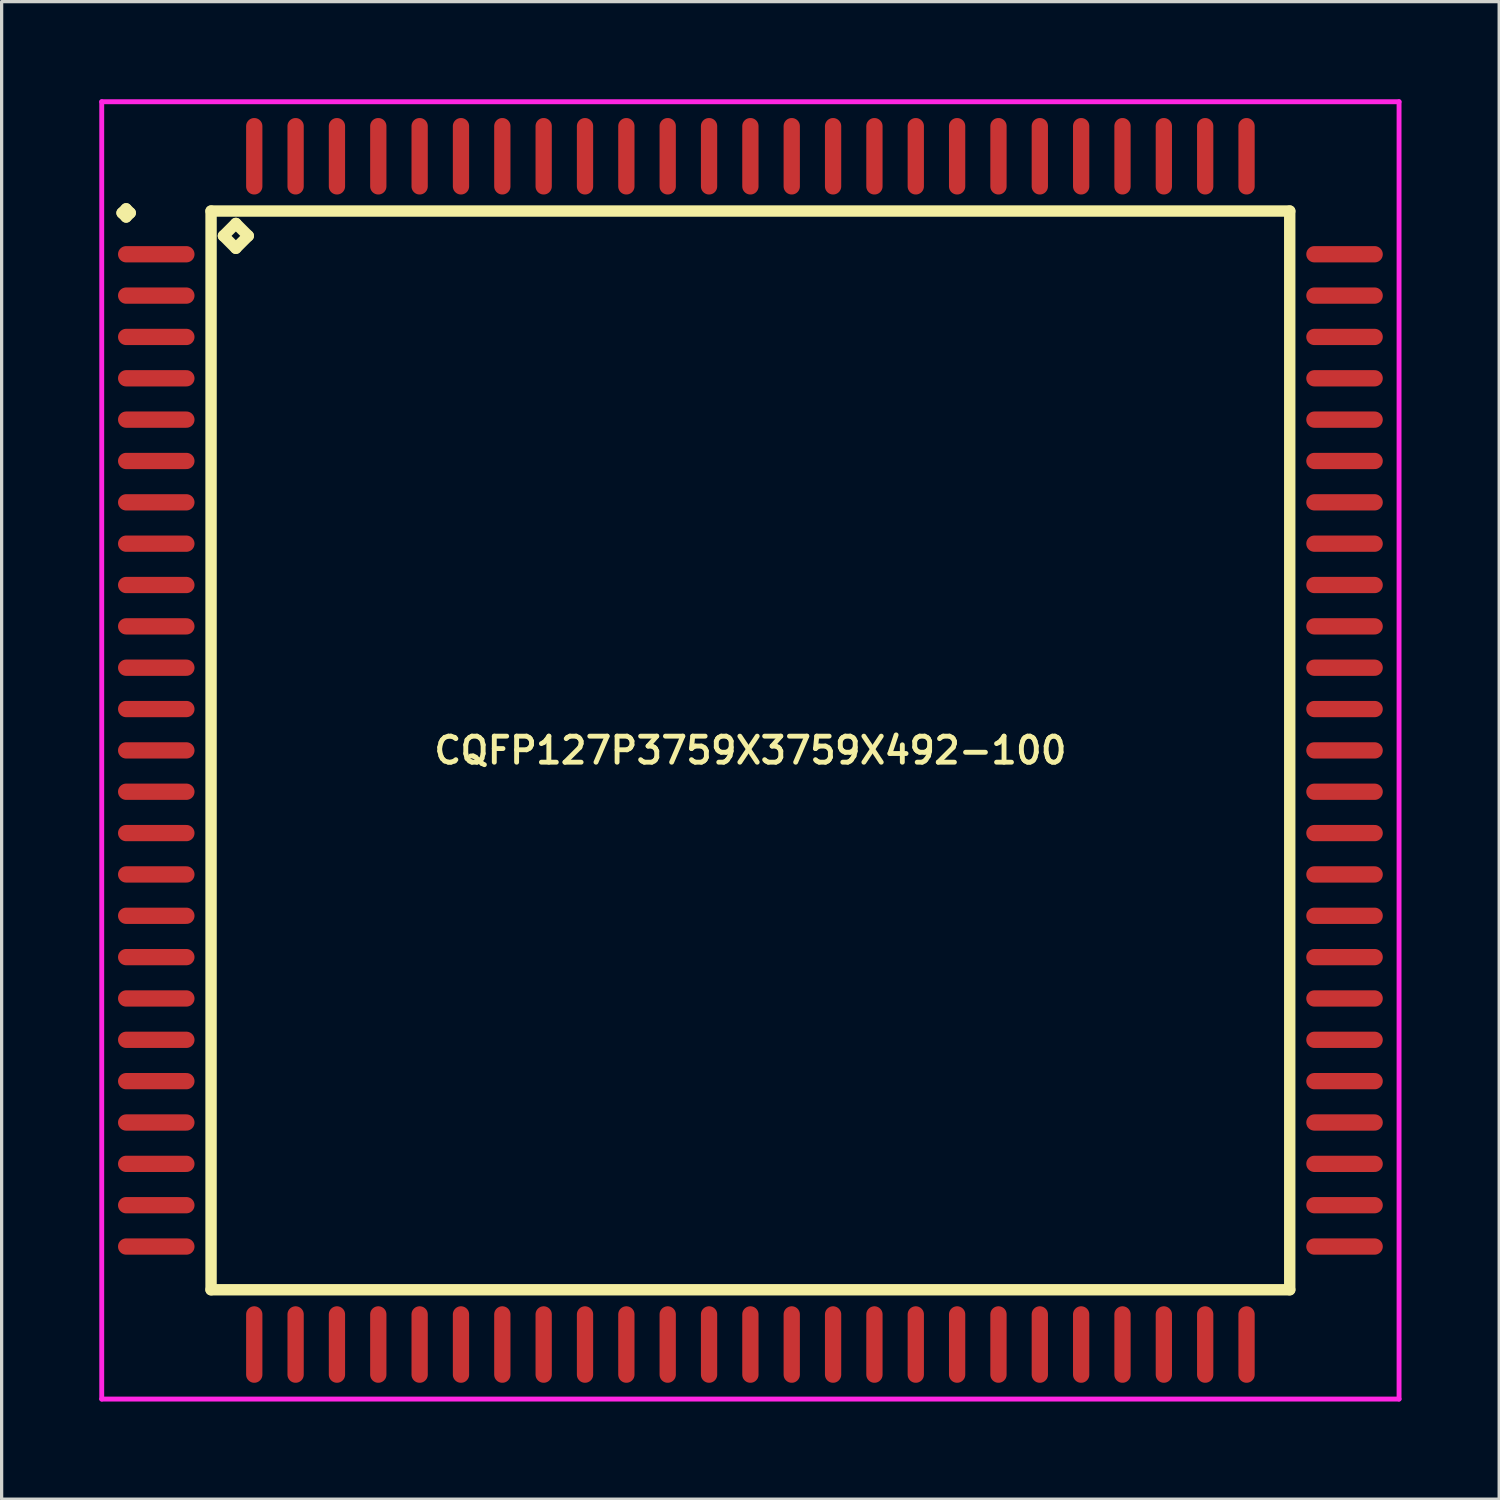
<source format=kicad_pcb>
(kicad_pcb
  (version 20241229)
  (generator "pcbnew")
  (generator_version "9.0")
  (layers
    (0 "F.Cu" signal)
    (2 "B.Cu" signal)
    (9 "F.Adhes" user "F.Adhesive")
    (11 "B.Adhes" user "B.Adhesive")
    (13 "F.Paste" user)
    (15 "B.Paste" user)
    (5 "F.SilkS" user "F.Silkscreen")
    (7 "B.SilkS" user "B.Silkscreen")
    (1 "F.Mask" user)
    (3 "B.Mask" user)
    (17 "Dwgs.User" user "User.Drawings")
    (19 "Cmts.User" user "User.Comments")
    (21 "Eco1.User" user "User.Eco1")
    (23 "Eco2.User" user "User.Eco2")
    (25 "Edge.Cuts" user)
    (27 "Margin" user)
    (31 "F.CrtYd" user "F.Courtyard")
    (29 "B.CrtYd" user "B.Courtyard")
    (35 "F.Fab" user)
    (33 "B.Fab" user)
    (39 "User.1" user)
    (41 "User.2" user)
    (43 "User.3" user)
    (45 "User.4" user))
  (footprint "CQFP127P3759X3759X492-100"
    (layer "F.Cu")
    (at 20 20)
    (property "Reference" "CQFP127P3759X3759X492-100" (at 0 0 0) (layer "F.SilkS") (effects (font (size 0.8 0.8) (thickness 0.15))))
    (attr smd)
    (fp_line (start -19.3 -16.51) (end -19.175 -16.635) (stroke (width 0.35) (type solid)) (layer "F.SilkS"))
    (fp_line (start -19.175 -16.635) (end -19.05 -16.51) (stroke (width 0.35) (type solid)) (layer "F.SilkS"))
    (fp_line (start -19.175 -16.385) (end -19.3 -16.51) (stroke (width 0.35) (type solid)) (layer "F.SilkS"))
    (fp_line (start -19.05 -16.51) (end -19.175 -16.385) (stroke (width 0.35) (type solid)) (layer "F.SilkS"))
    (fp_line (start -16.567 -16.567) (end -16.567 16.567) (stroke (width 0.35) (type solid)) (layer "F.SilkS"))
    (fp_line (start -16.567 16.567) (end 16.567 16.567) (stroke (width 0.35) (type solid)) (layer "F.SilkS"))
    (fp_line (start -16.186 -15.805) (end -15.805 -16.186) (stroke (width 0.35) (type solid)) (layer "F.SilkS"))
    (fp_line (start -15.805 -16.186) (end -15.424 -15.805) (stroke (width 0.35) (type solid)) (layer "F.SilkS"))
    (fp_line (start -15.805 -15.424) (end -16.186 -15.805) (stroke (width 0.35) (type solid)) (layer "F.SilkS"))
    (fp_line (start -15.424 -15.805) (end -15.805 -15.424) (stroke (width 0.35) (type solid)) (layer "F.SilkS"))
    (fp_line (start 16.567 -16.567) (end -16.567 -16.567) (stroke (width 0.35) (type solid)) (layer "F.SilkS"))
    (fp_line (start 16.567 16.567) (end 16.567 -16.567) (stroke (width 0.35) (type solid)) (layer "F.SilkS"))
    (fp_line (start -19.925 -19.925) (end 19.925 -19.925) (stroke (width 0.15) (type solid)) (layer "F.CrtYd"))
    (fp_line (start -19.925 19.925) (end -19.925 -19.925) (stroke (width 0.15) (type solid)) (layer "F.CrtYd"))
    (fp_line (start 19.925 -19.925) (end 19.925 19.925) (stroke (width 0.15) (type solid)) (layer "F.CrtYd"))
    (fp_line (start 19.925 19.925) (end -19.925 19.925) (stroke (width 0.15) (type solid)) (layer "F.CrtYd"))
    (pad "1" smd oval (at -18.25 -15.24) (size 2.35 0.5) (layers "F.Cu" "F.Mask" "F.Paste"))
    (pad "2" smd oval (at -18.25 -13.97) (size 2.35 0.5) (layers "F.Cu" "F.Mask" "F.Paste"))
    (pad "3" smd oval (at -18.25 -12.7) (size 2.35 0.5) (layers "F.Cu" "F.Mask" "F.Paste"))
    (pad "4" smd oval (at -18.25 -11.43) (size 2.35 0.5) (layers "F.Cu" "F.Mask" "F.Paste"))
    (pad "5" smd oval (at -18.25 -10.16) (size 2.35 0.5) (layers "F.Cu" "F.Mask" "F.Paste"))
    (pad "6" smd oval (at -18.25 -8.89) (size 2.35 0.5) (layers "F.Cu" "F.Mask" "F.Paste"))
    (pad "7" smd oval (at -18.25 -7.62) (size 2.35 0.5) (layers "F.Cu" "F.Mask" "F.Paste"))
    (pad "8" smd oval (at -18.25 -6.35) (size 2.35 0.5) (layers "F.Cu" "F.Mask" "F.Paste"))
    (pad "9" smd oval (at -18.25 -5.08) (size 2.35 0.5) (layers "F.Cu" "F.Mask" "F.Paste"))
    (pad "10" smd oval (at -18.25 -3.81) (size 2.35 0.5) (layers "F.Cu" "F.Mask" "F.Paste"))
    (pad "11" smd oval (at -18.25 -2.54) (size 2.35 0.5) (layers "F.Cu" "F.Mask" "F.Paste"))
    (pad "12" smd oval (at -18.25 -1.27) (size 2.35 0.5) (layers "F.Cu" "F.Mask" "F.Paste"))
    (pad "13" smd oval (at -18.25 0) (size 2.35 0.5) (layers "F.Cu" "F.Mask" "F.Paste"))
    (pad "14" smd oval (at -18.25 1.27) (size 2.35 0.5) (layers "F.Cu" "F.Mask" "F.Paste"))
    (pad "15" smd oval (at -18.25 2.54) (size 2.35 0.5) (layers "F.Cu" "F.Mask" "F.Paste"))
    (pad "16" smd oval (at -18.25 3.81) (size 2.35 0.5) (layers "F.Cu" "F.Mask" "F.Paste"))
    (pad "17" smd oval (at -18.25 5.08) (size 2.35 0.5) (layers "F.Cu" "F.Mask" "F.Paste"))
    (pad "18" smd oval (at -18.25 6.35) (size 2.35 0.5) (layers "F.Cu" "F.Mask" "F.Paste"))
    (pad "19" smd oval (at -18.25 7.62) (size 2.35 0.5) (layers "F.Cu" "F.Mask" "F.Paste"))
    (pad "20" smd oval (at -18.25 8.89) (size 2.35 0.5) (layers "F.Cu" "F.Mask" "F.Paste"))
    (pad "21" smd oval (at -18.25 10.16) (size 2.35 0.5) (layers "F.Cu" "F.Mask" "F.Paste"))
    (pad "22" smd oval (at -18.25 11.43) (size 2.35 0.5) (layers "F.Cu" "F.Mask" "F.Paste"))
    (pad "23" smd oval (at -18.25 12.7) (size 2.35 0.5) (layers "F.Cu" "F.Mask" "F.Paste"))
    (pad "24" smd oval (at -18.25 13.97) (size 2.35 0.5) (layers "F.Cu" "F.Mask" "F.Paste"))
    (pad "25" smd oval (at -18.25 15.24) (size 2.35 0.5) (layers "F.Cu" "F.Mask" "F.Paste"))
    (pad "26" smd oval (at -15.24 18.25) (size 0.5 2.35) (layers "F.Cu" "F.Mask" "F.Paste"))
    (pad "27" smd oval (at -13.97 18.25) (size 0.5 2.35) (layers "F.Cu" "F.Mask" "F.Paste"))
    (pad "28" smd oval (at -12.7 18.25) (size 0.5 2.35) (layers "F.Cu" "F.Mask" "F.Paste"))
    (pad "29" smd oval (at -11.43 18.25) (size 0.5 2.35) (layers "F.Cu" "F.Mask" "F.Paste"))
    (pad "30" smd oval (at -10.16 18.25) (size 0.5 2.35) (layers "F.Cu" "F.Mask" "F.Paste"))
    (pad "31" smd oval (at -8.89 18.25) (size 0.5 2.35) (layers "F.Cu" "F.Mask" "F.Paste"))
    (pad "32" smd oval (at -7.62 18.25) (size 0.5 2.35) (layers "F.Cu" "F.Mask" "F.Paste"))
    (pad "33" smd oval (at -6.35 18.25) (size 0.5 2.35) (layers "F.Cu" "F.Mask" "F.Paste"))
    (pad "34" smd oval (at -5.08 18.25) (size 0.5 2.35) (layers "F.Cu" "F.Mask" "F.Paste"))
    (pad "35" smd oval (at -3.81 18.25) (size 0.5 2.35) (layers "F.Cu" "F.Mask" "F.Paste"))
    (pad "36" smd oval (at -2.54 18.25) (size 0.5 2.35) (layers "F.Cu" "F.Mask" "F.Paste"))
    (pad "37" smd oval (at -1.27 18.25) (size 0.5 2.35) (layers "F.Cu" "F.Mask" "F.Paste"))
    (pad "38" smd oval (at 0 18.25) (size 0.5 2.35) (layers "F.Cu" "F.Mask" "F.Paste"))
    (pad "39" smd oval (at 1.27 18.25) (size 0.5 2.35) (layers "F.Cu" "F.Mask" "F.Paste"))
    (pad "40" smd oval (at 2.54 18.25) (size 0.5 2.35) (layers "F.Cu" "F.Mask" "F.Paste"))
    (pad "41" smd oval (at 3.81 18.25) (size 0.5 2.35) (layers "F.Cu" "F.Mask" "F.Paste"))
    (pad "42" smd oval (at 5.08 18.25) (size 0.5 2.35) (layers "F.Cu" "F.Mask" "F.Paste"))
    (pad "43" smd oval (at 6.35 18.25) (size 0.5 2.35) (layers "F.Cu" "F.Mask" "F.Paste"))
    (pad "44" smd oval (at 7.62 18.25) (size 0.5 2.35) (layers "F.Cu" "F.Mask" "F.Paste"))
    (pad "45" smd oval (at 8.89 18.25) (size 0.5 2.35) (layers "F.Cu" "F.Mask" "F.Paste"))
    (pad "46" smd oval (at 10.16 18.25) (size 0.5 2.35) (layers "F.Cu" "F.Mask" "F.Paste"))
    (pad "47" smd oval (at 11.43 18.25) (size 0.5 2.35) (layers "F.Cu" "F.Mask" "F.Paste"))
    (pad "48" smd oval (at 12.7 18.25) (size 0.5 2.35) (layers "F.Cu" "F.Mask" "F.Paste"))
    (pad "49" smd oval (at 13.97 18.25) (size 0.5 2.35) (layers "F.Cu" "F.Mask" "F.Paste"))
    (pad "50" smd oval (at 15.24 18.25) (size 0.5 2.35) (layers "F.Cu" "F.Mask" "F.Paste"))
    (pad "51" smd oval (at 18.25 15.24) (size 2.35 0.5) (layers "F.Cu" "F.Mask" "F.Paste"))
    (pad "52" smd oval (at 18.25 13.97) (size 2.35 0.5) (layers "F.Cu" "F.Mask" "F.Paste"))
    (pad "53" smd oval (at 18.25 12.7) (size 2.35 0.5) (layers "F.Cu" "F.Mask" "F.Paste"))
    (pad "54" smd oval (at 18.25 11.43) (size 2.35 0.5) (layers "F.Cu" "F.Mask" "F.Paste"))
    (pad "55" smd oval (at 18.25 10.16) (size 2.35 0.5) (layers "F.Cu" "F.Mask" "F.Paste"))
    (pad "56" smd oval (at 18.25 8.89) (size 2.35 0.5) (layers "F.Cu" "F.Mask" "F.Paste"))
    (pad "57" smd oval (at 18.25 7.62) (size 2.35 0.5) (layers "F.Cu" "F.Mask" "F.Paste"))
    (pad "58" smd oval (at 18.25 6.35) (size 2.35 0.5) (layers "F.Cu" "F.Mask" "F.Paste"))
    (pad "59" smd oval (at 18.25 5.08) (size 2.35 0.5) (layers "F.Cu" "F.Mask" "F.Paste"))
    (pad "60" smd oval (at 18.25 3.81) (size 2.35 0.5) (layers "F.Cu" "F.Mask" "F.Paste"))
    (pad "61" smd oval (at 18.25 2.54) (size 2.35 0.5) (layers "F.Cu" "F.Mask" "F.Paste"))
    (pad "62" smd oval (at 18.25 1.27) (size 2.35 0.5) (layers "F.Cu" "F.Mask" "F.Paste"))
    (pad "63" smd oval (at 18.25 0) (size 2.35 0.5) (layers "F.Cu" "F.Mask" "F.Paste"))
    (pad "64" smd oval (at 18.25 -1.27) (size 2.35 0.5) (layers "F.Cu" "F.Mask" "F.Paste"))
    (pad "65" smd oval (at 18.25 -2.54) (size 2.35 0.5) (layers "F.Cu" "F.Mask" "F.Paste"))
    (pad "66" smd oval (at 18.25 -3.81) (size 2.35 0.5) (layers "F.Cu" "F.Mask" "F.Paste"))
    (pad "67" smd oval (at 18.25 -5.08) (size 2.35 0.5) (layers "F.Cu" "F.Mask" "F.Paste"))
    (pad "68" smd oval (at 18.25 -6.35) (size 2.35 0.5) (layers "F.Cu" "F.Mask" "F.Paste"))
    (pad "69" smd oval (at 18.25 -7.62) (size 2.35 0.5) (layers "F.Cu" "F.Mask" "F.Paste"))
    (pad "70" smd oval (at 18.25 -8.89) (size 2.35 0.5) (layers "F.Cu" "F.Mask" "F.Paste"))
    (pad "71" smd oval (at 18.25 -10.16) (size 2.35 0.5) (layers "F.Cu" "F.Mask" "F.Paste"))
    (pad "72" smd oval (at 18.25 -11.43) (size 2.35 0.5) (layers "F.Cu" "F.Mask" "F.Paste"))
    (pad "73" smd oval (at 18.25 -12.7) (size 2.35 0.5) (layers "F.Cu" "F.Mask" "F.Paste"))
    (pad "74" smd oval (at 18.25 -13.97) (size 2.35 0.5) (layers "F.Cu" "F.Mask" "F.Paste"))
    (pad "75" smd oval (at 18.25 -15.24) (size 2.35 0.5) (layers "F.Cu" "F.Mask" "F.Paste"))
    (pad "76" smd oval (at 15.24 -18.25) (size 0.5 2.35) (layers "F.Cu" "F.Mask" "F.Paste"))
    (pad "77" smd oval (at 13.97 -18.25) (size 0.5 2.35) (layers "F.Cu" "F.Mask" "F.Paste"))
    (pad "78" smd oval (at 12.7 -18.25) (size 0.5 2.35) (layers "F.Cu" "F.Mask" "F.Paste"))
    (pad "79" smd oval (at 11.43 -18.25) (size 0.5 2.35) (layers "F.Cu" "F.Mask" "F.Paste"))
    (pad "80" smd oval (at 10.16 -18.25) (size 0.5 2.35) (layers "F.Cu" "F.Mask" "F.Paste"))
    (pad "81" smd oval (at 8.89 -18.25) (size 0.5 2.35) (layers "F.Cu" "F.Mask" "F.Paste"))
    (pad "82" smd oval (at 7.62 -18.25) (size 0.5 2.35) (layers "F.Cu" "F.Mask" "F.Paste"))
    (pad "83" smd oval (at 6.35 -18.25) (size 0.5 2.35) (layers "F.Cu" "F.Mask" "F.Paste"))
    (pad "84" smd oval (at 5.08 -18.25) (size 0.5 2.35) (layers "F.Cu" "F.Mask" "F.Paste"))
    (pad "85" smd oval (at 3.81 -18.25) (size 0.5 2.35) (layers "F.Cu" "F.Mask" "F.Paste"))
    (pad "86" smd oval (at 2.54 -18.25) (size 0.5 2.35) (layers "F.Cu" "F.Mask" "F.Paste"))
    (pad "87" smd oval (at 1.27 -18.25) (size 0.5 2.35) (layers "F.Cu" "F.Mask" "F.Paste"))
    (pad "88" smd oval (at 0 -18.25) (size 0.5 2.35) (layers "F.Cu" "F.Mask" "F.Paste"))
    (pad "89" smd oval (at -1.27 -18.25) (size 0.5 2.35) (layers "F.Cu" "F.Mask" "F.Paste"))
    (pad "90" smd oval (at -2.54 -18.25) (size 0.5 2.35) (layers "F.Cu" "F.Mask" "F.Paste"))
    (pad "91" smd oval (at -3.81 -18.25) (size 0.5 2.35) (layers "F.Cu" "F.Mask" "F.Paste"))
    (pad "92" smd oval (at -5.08 -18.25) (size 0.5 2.35) (layers "F.Cu" "F.Mask" "F.Paste"))
    (pad "93" smd oval (at -6.35 -18.25) (size 0.5 2.35) (layers "F.Cu" "F.Mask" "F.Paste"))
    (pad "94" smd oval (at -7.62 -18.25) (size 0.5 2.35) (layers "F.Cu" "F.Mask" "F.Paste"))
    (pad "95" smd oval (at -8.89 -18.25) (size 0.5 2.35) (layers "F.Cu" "F.Mask" "F.Paste"))
    (pad "96" smd oval (at -10.16 -18.25) (size 0.5 2.35) (layers "F.Cu" "F.Mask" "F.Paste"))
    (pad "97" smd oval (at -11.43 -18.25) (size 0.5 2.35) (layers "F.Cu" "F.Mask" "F.Paste"))
    (pad "98" smd oval (at -12.7 -18.25) (size 0.5 2.35) (layers "F.Cu" "F.Mask" "F.Paste"))
    (pad "99" smd oval (at -13.97 -18.25) (size 0.5 2.35) (layers "F.Cu" "F.Mask" "F.Paste"))
    (pad "100" smd oval (at -15.24 -18.25) (size 0.5 2.35) (layers "F.Cu" "F.Mask" "F.Paste")))
  (gr_rect
    (start -3 -3)
    (end 43 43)
    (stroke (width 0.1) (type default))
    (fill no)
    (layer "Edge.Cuts")))
</source>
